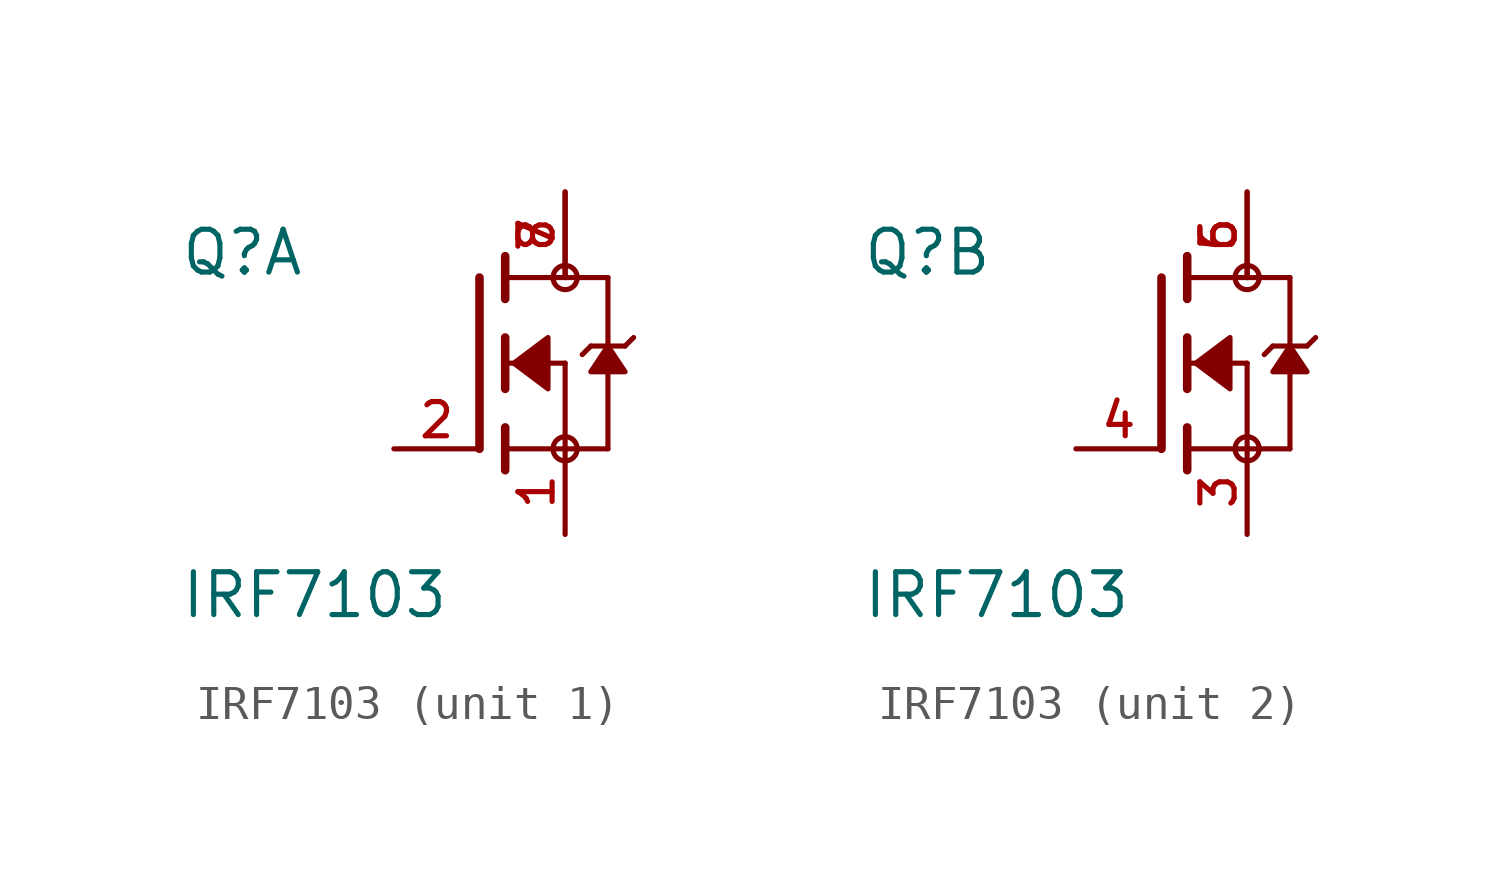
<source format=kicad_sym>
(kicad_symbol_lib
  (version 20211014)
  (generator kicad_symbol_editor)
  (symbol "IRF7103"
    (pin_names
      (offset 1.016))
    (property "Reference" "Q"
      (at -8.89 2.54 0)
      (effects (font (size 1.27 1.27)) (justify bottom left)))
    (property "Value" "IRF7103"
      (at -8.89 -7.62 0)
      (effects (font (size 1.27 1.27)) (justify bottom left)))
    (symbol "IRF7103_1_0"
      (polyline (pts (xy 0.762 0.762) (xy 0.762 0.0)) (stroke (width 0.254)))
      (polyline (pts (xy 0.762 0.0) (xy 0.762 -0.762)) (stroke (width 0.254)))
      (polyline (pts (xy 0.762 3.175) (xy 0.762 2.54)) (stroke (width 0.254)))
      (polyline (pts (xy 0.762 2.54) (xy 0.762 1.905)) (stroke (width 0.254)))
      (polyline (pts (xy 0.762 0.0) (xy 2.54 0.0)) (stroke (width 0.152)))
      (polyline (pts (xy 2.54 0.0) (xy 2.54 -2.54)) (stroke (width 0.152)))
      (polyline (pts (xy 0.762 -1.905) (xy 0.762 -2.54)) (stroke (width 0.254)))
      (polyline (pts (xy 0.762 -2.54) (xy 0.762 -3.175)) (stroke (width 0.254)))
      (polyline (pts (xy 0.0 2.54) (xy 0.0 -2.54)) (stroke (width 0.254)))
      (polyline (pts (xy 2.54 -2.54) (xy 0.762 -2.54)) (stroke (width 0.152)))
      (polyline (pts (xy 3.81 2.54) (xy 3.81 0.508)) (stroke (width 0.152)))
      (polyline (pts (xy 3.81 0.508) (xy 3.81 -2.54)) (stroke (width 0.152)))
      (polyline (pts (xy 2.54 -2.54) (xy 3.81 -2.54)) (stroke (width 0.152)))
      (polyline (pts (xy 0.762 2.54) (xy 3.81 2.54)) (stroke (width 0.152)))
      (polyline (pts (xy 4.572 0.762) (xy 4.318 0.508)) (stroke (width 0.152)))
      (polyline (pts (xy 4.318 0.508) (xy 3.81 0.508)) (stroke (width 0.152)))
      (polyline (pts (xy 3.81 0.508) (xy 3.302 0.508)) (stroke (width 0.152)))
      (polyline (pts (xy 3.302 0.508) (xy 3.048 0.254)) (stroke (width 0.152)))
      (circle (center 2.54 -2.54) (radius 0.359) (stroke (width 0.0)) (fill (type none)))
      (circle (center 2.54 2.54) (radius 0.359) (stroke (width 0.0)) (fill (type none)))
      (polyline (pts (xy 3.81 0.508) (xy 3.302 -0.254) (xy 4.318 -0.254) (xy 3.81 0.508)) (stroke (width 0.152)) (fill (type outline)))
      (polyline (pts (xy 1.016 0.0) (xy 2.032 0.762) (xy 2.032 -0.762) (xy 1.016 0.0)) (stroke (width 0.152)) (fill (type outline)))
      (pin passive line (at 2.54 -5.08 90.0) (length 2.54) (name "~" (effects (font (size 1.016 1.016)))) (number "1" (effects (font (size 1.016 1.016)))))
      (pin passive line (at -2.54 -2.54 0) (length 2.54) (name "~" (effects (font (size 1.016 1.016)))) (number "2" (effects (font (size 1.016 1.016)))))
      (pin passive line (at 2.54 5.08 270.0) (length 2.54) (name "~" (effects (font (size 1.016 1.016)))) (number "7" (effects (font (size 1.016 1.016)))))
      (pin passive line (at 2.54 5.08 270.0) (length 2.54) (name "~" (effects (font (size 1.016 1.016)))) (number "8" (effects (font (size 1.016 1.016))))))
    (symbol "IRF7103_2_0"
      (polyline (pts (xy 0.762 0.762) (xy 0.762 0.0)) (stroke (width 0.254)))
      (polyline (pts (xy 0.762 0.0) (xy 0.762 -0.762)) (stroke (width 0.254)))
      (polyline (pts (xy 0.762 3.175) (xy 0.762 2.54)) (stroke (width 0.254)))
      (polyline (pts (xy 0.762 2.54) (xy 0.762 1.905)) (stroke (width 0.254)))
      (polyline (pts (xy 0.762 0.0) (xy 2.54 0.0)) (stroke (width 0.152)))
      (polyline (pts (xy 2.54 0.0) (xy 2.54 -2.54)) (stroke (width 0.152)))
      (polyline (pts (xy 0.762 -1.905) (xy 0.762 -2.54)) (stroke (width 0.254)))
      (polyline (pts (xy 0.762 -2.54) (xy 0.762 -3.175)) (stroke (width 0.254)))
      (polyline (pts (xy 0.0 2.54) (xy 0.0 -2.54)) (stroke (width 0.254)))
      (polyline (pts (xy 2.54 -2.54) (xy 0.762 -2.54)) (stroke (width 0.152)))
      (polyline (pts (xy 3.81 2.54) (xy 3.81 0.508)) (stroke (width 0.152)))
      (polyline (pts (xy 3.81 0.508) (xy 3.81 -2.54)) (stroke (width 0.152)))
      (polyline (pts (xy 2.54 -2.54) (xy 3.81 -2.54)) (stroke (width 0.152)))
      (polyline (pts (xy 0.762 2.54) (xy 3.81 2.54)) (stroke (width 0.152)))
      (polyline (pts (xy 4.572 0.762) (xy 4.318 0.508)) (stroke (width 0.152)))
      (polyline (pts (xy 4.318 0.508) (xy 3.81 0.508)) (stroke (width 0.152)))
      (polyline (pts (xy 3.81 0.508) (xy 3.302 0.508)) (stroke (width 0.152)))
      (polyline (pts (xy 3.302 0.508) (xy 3.048 0.254)) (stroke (width 0.152)))
      (circle (center 2.54 -2.54) (radius 0.359) (stroke (width 0.0)) (fill (type none)))
      (circle (center 2.54 2.54) (radius 0.359) (stroke (width 0.0)) (fill (type none)))
      (polyline (pts (xy 3.81 0.508) (xy 3.302 -0.254) (xy 4.318 -0.254) (xy 3.81 0.508)) (stroke (width 0.152)) (fill (type outline)))
      (polyline (pts (xy 1.016 0.0) (xy 2.032 0.762) (xy 2.032 -0.762) (xy 1.016 0.0)) (stroke (width 0.152)) (fill (type outline)))
      (pin passive line (at 2.54 -5.08 90.0) (length 2.54) (name "~" (effects (font (size 1.016 1.016)))) (number "3" (effects (font (size 1.016 1.016)))))
      (pin passive line (at -2.54 -2.54 0) (length 2.54) (name "~" (effects (font (size 1.016 1.016)))) (number "4" (effects (font (size 1.016 1.016)))))
      (pin passive line (at 2.54 5.08 270.0) (length 2.54) (name "~" (effects (font (size 1.016 1.016)))) (number "5" (effects (font (size 1.016 1.016)))))
      (pin passive line (at 2.54 5.08 270.0) (length 2.54) (name "~" (effects (font (size 1.016 1.016)))) (number "6" (effects (font (size 1.016 1.016))))))))
</source>
